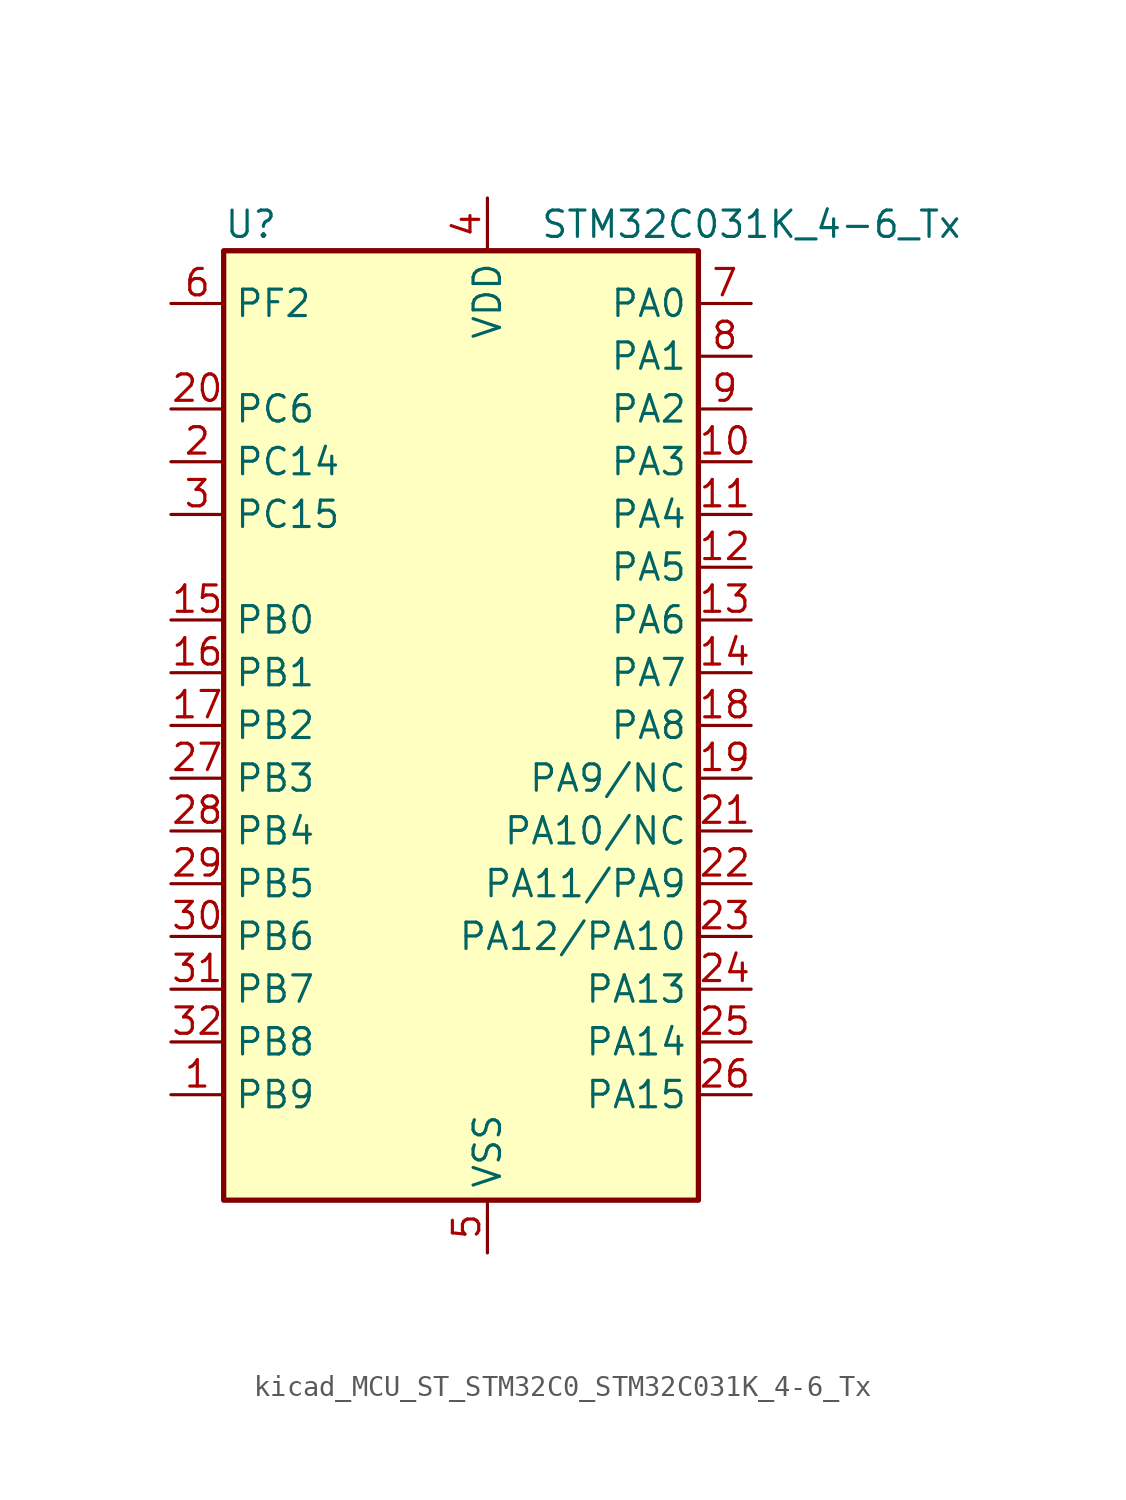
<source format=kicad_sym>
(kicad_symbol_lib
  (version 20220914)
  (generator kicad_symbol_editor)
  (symbol "kicad_MCU_ST_STM32C0_STM32C031K_4-6_Tx"
    (property "Reference" "U"
      (at -10.16 24.13 0)
      (effects (font (size 1.27 1.27)) (justify left)))
    (property "Value" "STM32C031K_4-6_Tx"
      (at 5.08 24.13 0)
      (effects (font (size 1.27 1.27)) (justify left)))
    (property "ki_locked" ""
      (at 0 0 0)
      (effects (font (size 1.27 1.27))))
    (symbol "kicad_MCU_ST_STM32C0_STM32C031K_4-6_Tx_0_1"
      (rectangle (start -10.16 -22.86) (end 12.7 22.86) (stroke (width 0.254) (type default)) (fill (type background))))
    (symbol "kicad_MCU_ST_STM32C0_STM32C031K_4-6_Tx_1_1"
      (pin bidirectional line (at -12.7 -17.78 0) (length 2.54) (name "PB9" (effects (font (size 1.27 1.27)))) (number "1" (effects (font (size 1.27 1.27)))) (alternate "I2C1_SDA" bidirectional line) (alternate "IR_OUT" bidirectional line) (alternate "TIM17_CH1" bidirectional line) (alternate "TIM3_CH2" bidirectional line) (alternate "USART2_CK" bidirectional line) (alternate "USART2_DE" bidirectional line) (alternate "USART2_RTS" bidirectional line))
      (pin bidirectional line (at 15.24 12.7 180) (length 2.54) (name "PA3" (effects (font (size 1.27 1.27)))) (number "10" (effects (font (size 1.27 1.27)))) (alternate "ADC1_IN3" bidirectional line) (alternate "TIM1_CH1N" bidirectional line) (alternate "TIM1_CH4" bidirectional line) (alternate "USART2_RX" bidirectional line))
      (pin bidirectional line (at 15.24 10.16 180) (length 2.54) (name "PA4" (effects (font (size 1.27 1.27)))) (number "11" (effects (font (size 1.27 1.27)))) (alternate "ADC1_IN4" bidirectional line) (alternate "I2S1_WS" bidirectional line) (alternate "PWR_WKUP2" bidirectional line) (alternate "RTC_OUT1" bidirectional line) (alternate "RTC_TS" bidirectional line) (alternate "SPI1_NSS" bidirectional line) (alternate "TIM14_CH1" bidirectional line) (alternate "TIM17_CH1N" bidirectional line) (alternate "TIM1_CH2N" bidirectional line) (alternate "USART2_TX" bidirectional line))
      (pin bidirectional line (at 15.24 7.62 180) (length 2.54) (name "PA5" (effects (font (size 1.27 1.27)))) (number "12" (effects (font (size 1.27 1.27)))) (alternate "ADC1_IN5" bidirectional line) (alternate "I2S1_CK" bidirectional line) (alternate "SPI1_SCK" bidirectional line) (alternate "TIM1_CH1" bidirectional line) (alternate "TIM1_CH3N" bidirectional line) (alternate "USART2_RX" bidirectional line))
      (pin bidirectional line (at 15.24 5.08 180) (length 2.54) (name "PA6" (effects (font (size 1.27 1.27)))) (number "13" (effects (font (size 1.27 1.27)))) (alternate "ADC1_IN6" bidirectional line) (alternate "I2S1_MCK" bidirectional line) (alternate "SPI1_MISO" bidirectional line) (alternate "TIM16_CH1" bidirectional line) (alternate "TIM1_BKIN" bidirectional line) (alternate "TIM3_CH1" bidirectional line))
      (pin bidirectional line (at 15.24 2.54 180) (length 2.54) (name "PA7" (effects (font (size 1.27 1.27)))) (number "14" (effects (font (size 1.27 1.27)))) (alternate "ADC1_IN7" bidirectional line) (alternate "I2S1_SD" bidirectional line) (alternate "SPI1_MOSI" bidirectional line) (alternate "TIM14_CH1" bidirectional line) (alternate "TIM17_CH1" bidirectional line) (alternate "TIM1_CH1N" bidirectional line) (alternate "TIM3_CH2" bidirectional line))
      (pin bidirectional line (at -12.7 5.08 0) (length 2.54) (name "PB0" (effects (font (size 1.27 1.27)))) (number "15" (effects (font (size 1.27 1.27)))) (alternate "ADC1_IN17" bidirectional line) (alternate "I2S1_WS" bidirectional line) (alternate "SPI1_NSS" bidirectional line) (alternate "TIM1_CH2N" bidirectional line) (alternate "TIM3_CH3" bidirectional line))
      (pin bidirectional line (at -12.7 2.54 0) (length 2.54) (name "PB1" (effects (font (size 1.27 1.27)))) (number "16" (effects (font (size 1.27 1.27)))) (alternate "ADC1_IN18" bidirectional line) (alternate "TIM14_CH1" bidirectional line) (alternate "TIM1_CH2N" bidirectional line) (alternate "TIM1_CH3N" bidirectional line) (alternate "TIM3_CH4" bidirectional line))
      (pin bidirectional line (at -12.7 0 0) (length 2.54) (name "PB2" (effects (font (size 1.27 1.27)))) (number "17" (effects (font (size 1.27 1.27)))) (alternate "ADC1_IN19" bidirectional line) (alternate "RCC_MCO_2" bidirectional line) (alternate "USART1_RX" bidirectional line))
      (pin bidirectional line (at 15.24 0 180) (length 2.54) (name "PA8" (effects (font (size 1.27 1.27)))) (number "18" (effects (font (size 1.27 1.27)))) (alternate "ADC1_IN8" bidirectional line) (alternate "I2S1_WS" bidirectional line) (alternate "RCC_MCO" bidirectional line) (alternate "RCC_MCO_2" bidirectional line) (alternate "SPI1_NSS" bidirectional line) (alternate "TIM14_CH1" bidirectional line) (alternate "TIM1_CH1" bidirectional line) (alternate "TIM1_CH2N" bidirectional line) (alternate "TIM1_CH3N" bidirectional line) (alternate "TIM3_CH3" bidirectional line) (alternate "TIM3_CH4" bidirectional line) (alternate "USART1_RX" bidirectional line) (alternate "USART2_TX" bidirectional line))
      (pin bidirectional line (at 15.24 -2.54 180) (length 2.54) (name "PA9/NC" (effects (font (size 1.27 1.27)))) (number "19" (effects (font (size 1.27 1.27)))) (alternate "I2C1_SCL" bidirectional line) (alternate "RCC_MCO" bidirectional line) (alternate "TIM1_CH2" bidirectional line) (alternate "TIM3_ETR" bidirectional line) (alternate "USART1_TX" bidirectional line))
      (pin bidirectional line (at -12.7 12.7 0) (length 2.54) (name "PC14" (effects (font (size 1.27 1.27)))) (number "2" (effects (font (size 1.27 1.27)))) (alternate "I2C1_SDA" bidirectional line) (alternate "IR_OUT" bidirectional line) (alternate "RCC_OSCX_IN" bidirectional line) (alternate "TIM17_CH1" bidirectional line) (alternate "TIM1_BKIN2" bidirectional line) (alternate "TIM1_ETR" bidirectional line) (alternate "TIM3_CH2" bidirectional line) (alternate "USART1_TX" bidirectional line) (alternate "USART2_CK" bidirectional line) (alternate "USART2_DE" bidirectional line) (alternate "USART2_RTS" bidirectional line))
      (pin bidirectional line (at -12.7 15.24 0) (length 2.54) (name "PC6" (effects (font (size 1.27 1.27)))) (number "20" (effects (font (size 1.27 1.27)))) (alternate "TIM3_CH1" bidirectional line))
      (pin bidirectional line (at 15.24 -5.08 180) (length 2.54) (name "PA10/NC" (effects (font (size 1.27 1.27)))) (number "21" (effects (font (size 1.27 1.27)))) (alternate "I2C1_SDA" bidirectional line) (alternate "RCC_MCO_2" bidirectional line) (alternate "TIM17_BKIN" bidirectional line) (alternate "TIM1_CH3" bidirectional line) (alternate "USART1_RX" bidirectional line))
      (pin bidirectional line (at 15.24 -7.62 180) (length 2.54) (name "PA11/PA9" (effects (font (size 1.27 1.27)))) (number "22" (effects (font (size 1.27 1.27)))) (alternate "ADC1_EXTI11" bidirectional line) (alternate "ADC1_IN11" bidirectional line) (alternate "I2S1_MCK" bidirectional line) (alternate "SPI1_MISO" bidirectional line) (alternate "TIM1_BKIN2" bidirectional line) (alternate "TIM1_CH4" bidirectional line) (alternate "USART1_CTS" bidirectional line) (alternate "USART1_NSS" bidirectional line))
      (pin bidirectional line (at 15.24 -10.16 180) (length 2.54) (name "PA12/PA10" (effects (font (size 1.27 1.27)))) (number "23" (effects (font (size 1.27 1.27)))) (alternate "ADC1_IN12" bidirectional line) (alternate "I2S1_SD" bidirectional line) (alternate "I2S_CKIN" bidirectional line) (alternate "SPI1_MOSI" bidirectional line) (alternate "TIM1_ETR" bidirectional line) (alternate "USART1_CK" bidirectional line) (alternate "USART1_DE" bidirectional line) (alternate "USART1_RTS" bidirectional line))
      (pin bidirectional line (at 15.24 -12.7 180) (length 2.54) (name "PA13" (effects (font (size 1.27 1.27)))) (number "24" (effects (font (size 1.27 1.27)))) (alternate "ADC1_IN13" bidirectional line) (alternate "DEBUG_SWDIO" bidirectional line) (alternate "IR_OUT" bidirectional line) (alternate "TIM3_ETR" bidirectional line) (alternate "USART2_RX" bidirectional line))
      (pin bidirectional line (at 15.24 -15.24 180) (length 2.54) (name "PA14" (effects (font (size 1.27 1.27)))) (number "25" (effects (font (size 1.27 1.27)))) (alternate "ADC1_IN14" bidirectional line) (alternate "DEBUG_SWCLK" bidirectional line) (alternate "I2S1_WS" bidirectional line) (alternate "RCC_MCO_2" bidirectional line) (alternate "SPI1_NSS" bidirectional line) (alternate "TIM1_CH1" bidirectional line) (alternate "USART1_CK" bidirectional line) (alternate "USART1_DE" bidirectional line) (alternate "USART1_RTS" bidirectional line) (alternate "USART2_RX" bidirectional line) (alternate "USART2_TX" bidirectional line))
      (pin bidirectional line (at 15.24 -17.78 180) (length 2.54) (name "PA15" (effects (font (size 1.27 1.27)))) (number "26" (effects (font (size 1.27 1.27)))) (alternate "I2S1_WS" bidirectional line) (alternate "RCC_MCO_2" bidirectional line) (alternate "SPI1_NSS" bidirectional line) (alternate "TIM1_CH1" bidirectional line) (alternate "USART1_CK" bidirectional line) (alternate "USART1_DE" bidirectional line) (alternate "USART1_RTS" bidirectional line) (alternate "USART2_RX" bidirectional line))
      (pin bidirectional line (at -12.7 -2.54 0) (length 2.54) (name "PB3" (effects (font (size 1.27 1.27)))) (number "27" (effects (font (size 1.27 1.27)))) (alternate "I2S1_CK" bidirectional line) (alternate "SPI1_SCK" bidirectional line) (alternate "TIM1_CH2" bidirectional line) (alternate "TIM3_CH2" bidirectional line) (alternate "USART1_CK" bidirectional line) (alternate "USART1_DE" bidirectional line) (alternate "USART1_RTS" bidirectional line))
      (pin bidirectional line (at -12.7 -5.08 0) (length 2.54) (name "PB4" (effects (font (size 1.27 1.27)))) (number "28" (effects (font (size 1.27 1.27)))) (alternate "I2S1_MCK" bidirectional line) (alternate "SPI1_MISO" bidirectional line) (alternate "TIM17_BKIN" bidirectional line) (alternate "TIM3_CH1" bidirectional line) (alternate "USART1_CTS" bidirectional line) (alternate "USART1_NSS" bidirectional line))
      (pin bidirectional line (at -12.7 -7.62 0) (length 2.54) (name "PB5" (effects (font (size 1.27 1.27)))) (number "29" (effects (font (size 1.27 1.27)))) (alternate "I2C1_SMBA" bidirectional line) (alternate "I2S1_SD" bidirectional line) (alternate "PWR_WKUP6" bidirectional line) (alternate "SPI1_MOSI" bidirectional line) (alternate "TIM16_BKIN" bidirectional line) (alternate "TIM3_CH2" bidirectional line) (alternate "TIM3_CH3" bidirectional line))
      (pin bidirectional line (at -12.7 10.16 0) (length 2.54) (name "PC15" (effects (font (size 1.27 1.27)))) (number "3" (effects (font (size 1.27 1.27)))) (alternate "RCC_OSC32_EN" bidirectional line) (alternate "RCC_OSCX_OUT" bidirectional line) (alternate "RCC_OSC_EN" bidirectional line) (alternate "TIM1_ETR" bidirectional line) (alternate "TIM3_CH3" bidirectional line))
      (pin bidirectional line (at -12.7 -10.16 0) (length 2.54) (name "PB6" (effects (font (size 1.27 1.27)))) (number "30" (effects (font (size 1.27 1.27)))) (alternate "I2C1_SCL" bidirectional line) (alternate "I2C1_SMBA" bidirectional line) (alternate "I2S1_CK" bidirectional line) (alternate "I2S1_MCK" bidirectional line) (alternate "I2S1_SD" bidirectional line) (alternate "PWR_WKUP3" bidirectional line) (alternate "SPI1_MISO" bidirectional line) (alternate "SPI1_MOSI" bidirectional line) (alternate "SPI1_SCK" bidirectional line) (alternate "TIM16_BKIN" bidirectional line) (alternate "TIM16_CH1N" bidirectional line) (alternate "TIM17_BKIN" bidirectional line) (alternate "TIM1_CH2" bidirectional line) (alternate "TIM1_CH3" bidirectional line) (alternate "TIM3_CH1" bidirectional line) (alternate "TIM3_CH2" bidirectional line) (alternate "TIM3_CH3" bidirectional line) (alternate "USART1_CK" bidirectional line) (alternate "USART1_CTS" bidirectional line) (alternate "USART1_DE" bidirectional line) (alternate "USART1_NSS" bidirectional line) (alternate "USART1_RTS" bidirectional line) (alternate "USART1_TX" bidirectional line))
      (pin bidirectional line (at -12.7 -12.7 0) (length 2.54) (name "PB7" (effects (font (size 1.27 1.27)))) (number "31" (effects (font (size 1.27 1.27)))) (alternate "I2C1_SCL" bidirectional line) (alternate "I2C1_SDA" bidirectional line) (alternate "RTC_REFIN" bidirectional line) (alternate "TIM16_CH1" bidirectional line) (alternate "TIM17_CH1N" bidirectional line) (alternate "TIM1_CH4" bidirectional line) (alternate "TIM3_CH1" bidirectional line) (alternate "TIM3_CH4" bidirectional line) (alternate "USART1_RX" bidirectional line) (alternate "USART2_CTS" bidirectional line) (alternate "USART2_NSS" bidirectional line))
      (pin bidirectional line (at -12.7 -15.24 0) (length 2.54) (name "PB8" (effects (font (size 1.27 1.27)))) (number "32" (effects (font (size 1.27 1.27)))) (alternate "I2C1_SCL" bidirectional line) (alternate "TIM16_CH1" bidirectional line) (alternate "TIM3_CH1" bidirectional line) (alternate "USART2_CTS" bidirectional line) (alternate "USART2_NSS" bidirectional line))
      (pin power_in line (at 2.54 25.4 270) (length 2.54) (name "VDD" (effects (font (size 1.27 1.27)))) (number "4" (effects (font (size 1.27 1.27)))))
      (pin power_in line (at 2.54 -25.4 90) (length 2.54) (name "VSS" (effects (font (size 1.27 1.27)))) (number "5" (effects (font (size 1.27 1.27)))))
      (pin bidirectional line (at -12.7 20.32 0) (length 2.54) (name "PF2" (effects (font (size 1.27 1.27)))) (number "6" (effects (font (size 1.27 1.27)))) (alternate "RCC_MCO" bidirectional line) (alternate "TIM1_CH4" bidirectional line))
      (pin bidirectional line (at 15.24 20.32 180) (length 2.54) (name "PA0" (effects (font (size 1.27 1.27)))) (number "7" (effects (font (size 1.27 1.27)))) (alternate "ADC1_IN0" bidirectional line) (alternate "PWR_WKUP1" bidirectional line) (alternate "TIM16_CH1" bidirectional line) (alternate "TIM1_CH1" bidirectional line) (alternate "USART1_TX" bidirectional line) (alternate "USART2_CTS" bidirectional line) (alternate "USART2_NSS" bidirectional line))
      (pin bidirectional line (at 15.24 17.78 180) (length 2.54) (name "PA1" (effects (font (size 1.27 1.27)))) (number "8" (effects (font (size 1.27 1.27)))) (alternate "ADC1_IN1" bidirectional line) (alternate "I2C1_SMBA" bidirectional line) (alternate "I2S1_CK" bidirectional line) (alternate "SPI1_SCK" bidirectional line) (alternate "TIM17_CH1" bidirectional line) (alternate "TIM1_CH2" bidirectional line) (alternate "USART1_RX" bidirectional line) (alternate "USART2_CK" bidirectional line) (alternate "USART2_DE" bidirectional line) (alternate "USART2_RTS" bidirectional line))
      (pin bidirectional line (at 15.24 15.24 180) (length 2.54) (name "PA2" (effects (font (size 1.27 1.27)))) (number "9" (effects (font (size 1.27 1.27)))) (alternate "ADC1_IN2" bidirectional line) (alternate "I2S1_SD" bidirectional line) (alternate "PWR_WKUP4" bidirectional line) (alternate "RCC_LSCO" bidirectional line) (alternate "SPI1_MOSI" bidirectional line) (alternate "TIM16_CH1N" bidirectional line) (alternate "TIM1_CH3" bidirectional line) (alternate "TIM3_ETR" bidirectional line) (alternate "USART2_TX" bidirectional line)))))
</source>
